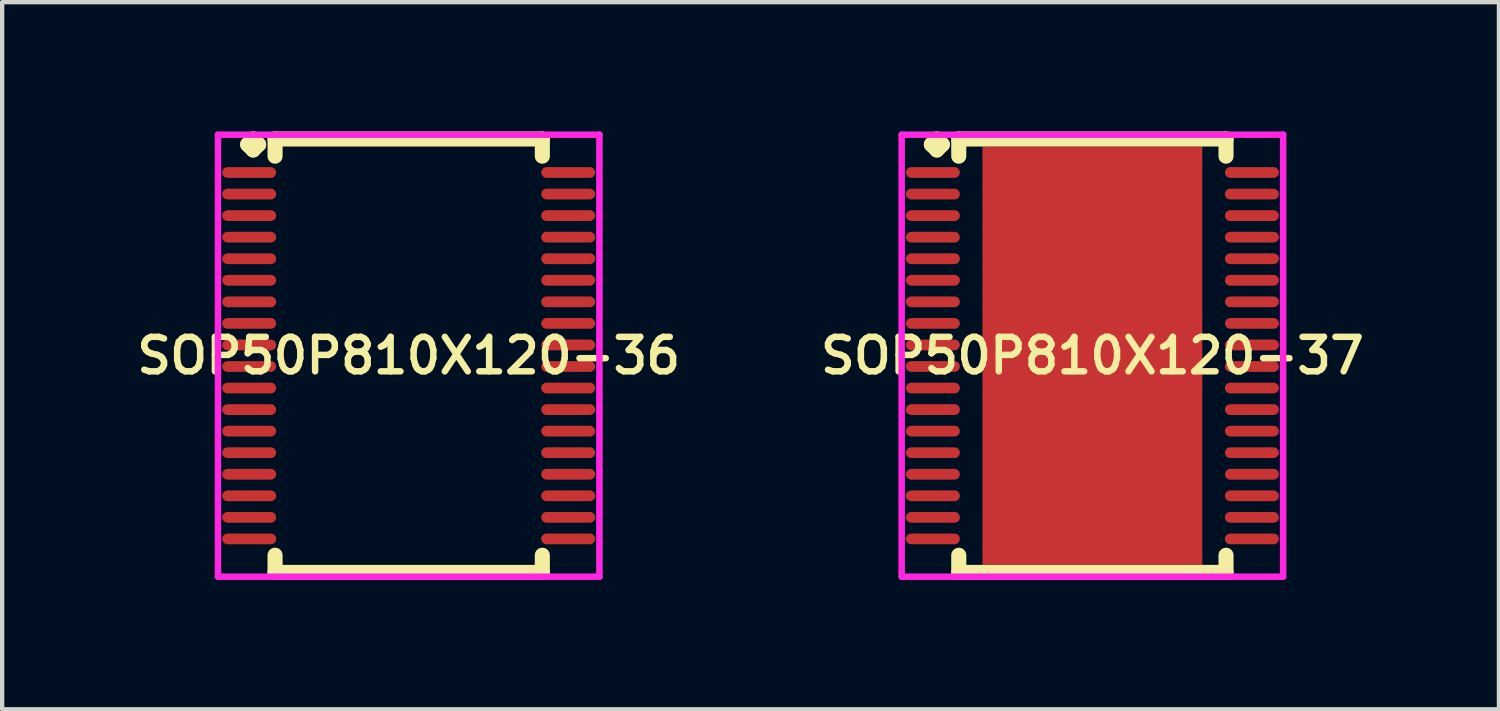
<source format=kicad_pcb>
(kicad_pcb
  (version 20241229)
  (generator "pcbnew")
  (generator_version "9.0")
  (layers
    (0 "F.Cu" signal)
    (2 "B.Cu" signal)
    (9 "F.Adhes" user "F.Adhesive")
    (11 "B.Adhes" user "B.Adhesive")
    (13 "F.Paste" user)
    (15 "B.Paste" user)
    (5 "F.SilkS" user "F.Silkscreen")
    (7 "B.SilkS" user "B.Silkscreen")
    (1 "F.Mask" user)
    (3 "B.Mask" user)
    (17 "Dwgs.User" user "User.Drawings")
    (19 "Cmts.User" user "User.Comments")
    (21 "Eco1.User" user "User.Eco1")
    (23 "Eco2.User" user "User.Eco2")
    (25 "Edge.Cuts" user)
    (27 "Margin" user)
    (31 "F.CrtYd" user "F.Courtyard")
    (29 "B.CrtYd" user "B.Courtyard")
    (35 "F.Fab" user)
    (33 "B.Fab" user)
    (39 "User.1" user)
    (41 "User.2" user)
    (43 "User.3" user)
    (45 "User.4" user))
  (footprint "SOP50P810X120-36"
    (layer "F.Cu")
    (at 6.431 5.202)
    (property "Reference" "SOP50P810X120-36" (at 0 0 0) (layer "F.SilkS") (effects (font (size 0.8 0.8) (thickness 0.15))))
    (attr smd)
    (fp_line (start -3.735 -4.9) (end -3.608 -5.027) (stroke (width 0.35) (type solid)) (layer "F.SilkS"))
    (fp_line (start -3.608 -5.027) (end -3.481 -4.9) (stroke (width 0.35) (type solid)) (layer "F.SilkS"))
    (fp_line (start -3.608 -4.773) (end -3.735 -4.9) (stroke (width 0.35) (type solid)) (layer "F.SilkS"))
    (fp_line (start -3.481 -4.9) (end -3.608 -4.773) (stroke (width 0.35) (type solid)) (layer "F.SilkS"))
    (fp_line (start -3.1 -5.027) (end 3.1 -5.027) (stroke (width 0.35) (type solid)) (layer "F.SilkS"))
    (fp_line (start -3.1 -4.629) (end -3.1 -5.027) (stroke (width 0.35) (type solid)) (layer "F.SilkS"))
    (fp_line (start -3.1 4.629) (end -3.1 5.027) (stroke (width 0.35) (type solid)) (layer "F.SilkS"))
    (fp_line (start -3.1 5.027) (end 3.1 5.027) (stroke (width 0.35) (type solid)) (layer "F.SilkS"))
    (fp_line (start 3.1 -5.027) (end 3.1 -4.629) (stroke (width 0.35) (type solid)) (layer "F.SilkS"))
    (fp_line (start 3.1 5.027) (end 3.1 4.629) (stroke (width 0.35) (type solid)) (layer "F.SilkS"))
    (fp_line (start -4.425 -5.127) (end 4.425 -5.127) (stroke (width 0.15) (type solid)) (layer "F.CrtYd"))
    (fp_line (start -4.425 5.127) (end -4.425 -5.127) (stroke (width 0.15) (type solid)) (layer "F.CrtYd"))
    (fp_line (start 4.425 -5.127) (end 4.425 5.127) (stroke (width 0.15) (type solid)) (layer "F.CrtYd"))
    (fp_line (start 4.425 5.127) (end -4.425 5.127) (stroke (width 0.15) (type solid)) (layer "F.CrtYd"))
    (pad "1" smd oval (at -3.7 -4.25) (size 1.25 0.25) (layers "F.Cu" "F.Mask" "F.Paste"))
    (pad "2" smd oval (at -3.7 -3.75) (size 1.25 0.25) (layers "F.Cu" "F.Mask" "F.Paste"))
    (pad "3" smd oval (at -3.7 -3.25) (size 1.25 0.25) (layers "F.Cu" "F.Mask" "F.Paste"))
    (pad "4" smd oval (at -3.7 -2.75) (size 1.25 0.25) (layers "F.Cu" "F.Mask" "F.Paste"))
    (pad "5" smd oval (at -3.7 -2.25) (size 1.25 0.25) (layers "F.Cu" "F.Mask" "F.Paste"))
    (pad "6" smd oval (at -3.7 -1.75) (size 1.25 0.25) (layers "F.Cu" "F.Mask" "F.Paste"))
    (pad "7" smd oval (at -3.7 -1.25) (size 1.25 0.25) (layers "F.Cu" "F.Mask" "F.Paste"))
    (pad "8" smd oval (at -3.7 -0.75) (size 1.25 0.25) (layers "F.Cu" "F.Mask" "F.Paste"))
    (pad "9" smd oval (at -3.7 -0.25) (size 1.25 0.25) (layers "F.Cu" "F.Mask" "F.Paste"))
    (pad "10" smd oval (at -3.7 0.25) (size 1.25 0.25) (layers "F.Cu" "F.Mask" "F.Paste"))
    (pad "11" smd oval (at -3.7 0.75) (size 1.25 0.25) (layers "F.Cu" "F.Mask" "F.Paste"))
    (pad "12" smd oval (at -3.7 1.25) (size 1.25 0.25) (layers "F.Cu" "F.Mask" "F.Paste"))
    (pad "13" smd oval (at -3.7 1.75) (size 1.25 0.25) (layers "F.Cu" "F.Mask" "F.Paste"))
    (pad "14" smd oval (at -3.7 2.25) (size 1.25 0.25) (layers "F.Cu" "F.Mask" "F.Paste"))
    (pad "15" smd oval (at -3.7 2.75) (size 1.25 0.25) (layers "F.Cu" "F.Mask" "F.Paste"))
    (pad "16" smd oval (at -3.7 3.25) (size 1.25 0.25) (layers "F.Cu" "F.Mask" "F.Paste"))
    (pad "17" smd oval (at -3.7 3.75) (size 1.25 0.25) (layers "F.Cu" "F.Mask" "F.Paste"))
    (pad "18" smd oval (at -3.7 4.25) (size 1.25 0.25) (layers "F.Cu" "F.Mask" "F.Paste"))
    (pad "19" smd oval (at 3.7 4.25) (size 1.25 0.25) (layers "F.Cu" "F.Mask" "F.Paste"))
    (pad "20" smd oval (at 3.7 3.75) (size 1.25 0.25) (layers "F.Cu" "F.Mask" "F.Paste"))
    (pad "21" smd oval (at 3.7 3.25) (size 1.25 0.25) (layers "F.Cu" "F.Mask" "F.Paste"))
    (pad "22" smd oval (at 3.7 2.75) (size 1.25 0.25) (layers "F.Cu" "F.Mask" "F.Paste"))
    (pad "23" smd oval (at 3.7 2.25) (size 1.25 0.25) (layers "F.Cu" "F.Mask" "F.Paste"))
    (pad "24" smd oval (at 3.7 1.75) (size 1.25 0.25) (layers "F.Cu" "F.Mask" "F.Paste"))
    (pad "25" smd oval (at 3.7 1.25) (size 1.25 0.25) (layers "F.Cu" "F.Mask" "F.Paste"))
    (pad "26" smd oval (at 3.7 0.75) (size 1.25 0.25) (layers "F.Cu" "F.Mask" "F.Paste"))
    (pad "27" smd oval (at 3.7 0.25) (size 1.25 0.25) (layers "F.Cu" "F.Mask" "F.Paste"))
    (pad "28" smd oval (at 3.7 -0.25) (size 1.25 0.25) (layers "F.Cu" "F.Mask" "F.Paste"))
    (pad "29" smd oval (at 3.7 -0.75) (size 1.25 0.25) (layers "F.Cu" "F.Mask" "F.Paste"))
    (pad "30" smd oval (at 3.7 -1.25) (size 1.25 0.25) (layers "F.Cu" "F.Mask" "F.Paste"))
    (pad "31" smd oval (at 3.7 -1.75) (size 1.25 0.25) (layers "F.Cu" "F.Mask" "F.Paste"))
    (pad "32" smd oval (at 3.7 -2.25) (size 1.25 0.25) (layers "F.Cu" "F.Mask" "F.Paste"))
    (pad "33" smd oval (at 3.7 -2.75) (size 1.25 0.25) (layers "F.Cu" "F.Mask" "F.Paste"))
    (pad "34" smd oval (at 3.7 -3.25) (size 1.25 0.25) (layers "F.Cu" "F.Mask" "F.Paste"))
    (pad "35" smd oval (at 3.7 -3.75) (size 1.25 0.25) (layers "F.Cu" "F.Mask" "F.Paste"))
    (pad "36" smd oval (at 3.7 -4.25) (size 1.25 0.25) (layers "F.Cu" "F.Mask" "F.Paste")))
  (footprint "SOP50P810X120-37"
    (layer "F.Cu")
    (at 22.292 5.202)
    (property "Reference" "SOP50P810X120-37" (at 0 0 0) (layer "F.SilkS") (effects (font (size 0.8 0.8) (thickness 0.15))))
    (attr through_hole)
    (fp_line (start -3.735 -4.9) (end -3.608 -5.027) (stroke (width 0.35) (type solid)) (layer "F.SilkS"))
    (fp_line (start -3.608 -5.027) (end -3.481 -4.9) (stroke (width 0.35) (type solid)) (layer "F.SilkS"))
    (fp_line (start -3.608 -4.773) (end -3.735 -4.9) (stroke (width 0.35) (type solid)) (layer "F.SilkS"))
    (fp_line (start -3.481 -4.9) (end -3.608 -4.773) (stroke (width 0.35) (type solid)) (layer "F.SilkS"))
    (fp_line (start -3.1 -5.027) (end 3.1 -5.027) (stroke (width 0.35) (type solid)) (layer "F.SilkS"))
    (fp_line (start -3.1 -4.629) (end -3.1 -5.027) (stroke (width 0.35) (type solid)) (layer "F.SilkS"))
    (fp_line (start -3.1 4.629) (end -3.1 5.027) (stroke (width 0.35) (type solid)) (layer "F.SilkS"))
    (fp_line (start -3.1 5.027) (end 3.1 5.027) (stroke (width 0.35) (type solid)) (layer "F.SilkS"))
    (fp_line (start 3.1 -5.027) (end 3.1 -4.629) (stroke (width 0.35) (type solid)) (layer "F.SilkS"))
    (fp_line (start 3.1 5.027) (end 3.1 4.629) (stroke (width 0.35) (type solid)) (layer "F.SilkS"))
    (fp_line (start -4.425 -5.127) (end 4.425 -5.127) (stroke (width 0.15) (type solid)) (layer "F.CrtYd"))
    (fp_line (start -4.425 5.127) (end -4.425 -5.127) (stroke (width 0.15) (type solid)) (layer "F.CrtYd"))
    (fp_line (start 4.425 -5.127) (end 4.425 5.127) (stroke (width 0.15) (type solid)) (layer "F.CrtYd"))
    (fp_line (start 4.425 5.127) (end -4.425 5.127) (stroke (width 0.15) (type solid)) (layer "F.CrtYd"))
    (pad "1" smd oval (at -3.7 -4.25) (size 1.25 0.25) (layers "F.Cu" "F.Mask" "F.Paste"))
    (pad "2" smd oval (at -3.7 -3.75) (size 1.25 0.25) (layers "F.Cu" "F.Mask" "F.Paste"))
    (pad "3" smd oval (at -3.7 -3.25) (size 1.25 0.25) (layers "F.Cu" "F.Mask" "F.Paste"))
    (pad "4" smd oval (at -3.7 -2.75) (size 1.25 0.25) (layers "F.Cu" "F.Mask" "F.Paste"))
    (pad "5" smd oval (at -3.7 -2.25) (size 1.25 0.25) (layers "F.Cu" "F.Mask" "F.Paste"))
    (pad "6" smd oval (at -3.7 -1.75) (size 1.25 0.25) (layers "F.Cu" "F.Mask" "F.Paste"))
    (pad "7" smd oval (at -3.7 -1.25) (size 1.25 0.25) (layers "F.Cu" "F.Mask" "F.Paste"))
    (pad "8" smd oval (at -3.7 -0.75) (size 1.25 0.25) (layers "F.Cu" "F.Mask" "F.Paste"))
    (pad "9" smd oval (at -3.7 -0.25) (size 1.25 0.25) (layers "F.Cu" "F.Mask" "F.Paste"))
    (pad "10" smd oval (at -3.7 0.25) (size 1.25 0.25) (layers "F.Cu" "F.Mask" "F.Paste"))
    (pad "11" smd oval (at -3.7 0.75) (size 1.25 0.25) (layers "F.Cu" "F.Mask" "F.Paste"))
    (pad "12" smd oval (at -3.7 1.25) (size 1.25 0.25) (layers "F.Cu" "F.Mask" "F.Paste"))
    (pad "13" smd oval (at -3.7 1.75) (size 1.25 0.25) (layers "F.Cu" "F.Mask" "F.Paste"))
    (pad "14" smd oval (at -3.7 2.25) (size 1.25 0.25) (layers "F.Cu" "F.Mask" "F.Paste"))
    (pad "15" smd oval (at -3.7 2.75) (size 1.25 0.25) (layers "F.Cu" "F.Mask" "F.Paste"))
    (pad "16" smd oval (at -3.7 3.25) (size 1.25 0.25) (layers "F.Cu" "F.Mask" "F.Paste"))
    (pad "17" smd oval (at -3.7 3.75) (size 1.25 0.25) (layers "F.Cu" "F.Mask" "F.Paste"))
    (pad "18" smd oval (at -3.7 4.25) (size 1.25 0.25) (layers "F.Cu" "F.Mask" "F.Paste"))
    (pad "19" smd oval (at 3.7 4.25) (size 1.25 0.25) (layers "F.Cu" "F.Mask" "F.Paste"))
    (pad "20" smd oval (at 3.7 3.75) (size 1.25 0.25) (layers "F.Cu" "F.Mask" "F.Paste"))
    (pad "21" smd oval (at 3.7 3.25) (size 1.25 0.25) (layers "F.Cu" "F.Mask" "F.Paste"))
    (pad "22" smd oval (at 3.7 2.75) (size 1.25 0.25) (layers "F.Cu" "F.Mask" "F.Paste"))
    (pad "23" smd oval (at 3.7 2.25) (size 1.25 0.25) (layers "F.Cu" "F.Mask" "F.Paste"))
    (pad "24" smd oval (at 3.7 1.75) (size 1.25 0.25) (layers "F.Cu" "F.Mask" "F.Paste"))
    (pad "25" smd oval (at 3.7 1.25) (size 1.25 0.25) (layers "F.Cu" "F.Mask" "F.Paste"))
    (pad "26" smd oval (at 3.7 0.75) (size 1.25 0.25) (layers "F.Cu" "F.Mask" "F.Paste"))
    (pad "27" smd oval (at 3.7 0.25) (size 1.25 0.25) (layers "F.Cu" "F.Mask" "F.Paste"))
    (pad "28" smd oval (at 3.7 -0.25) (size 1.25 0.25) (layers "F.Cu" "F.Mask" "F.Paste"))
    (pad "29" smd oval (at 3.7 -0.75) (size 1.25 0.25) (layers "F.Cu" "F.Mask" "F.Paste"))
    (pad "30" smd oval (at 3.7 -1.25) (size 1.25 0.25) (layers "F.Cu" "F.Mask" "F.Paste"))
    (pad "31" smd oval (at 3.7 -1.75) (size 1.25 0.25) (layers "F.Cu" "F.Mask" "F.Paste"))
    (pad "32" smd oval (at 3.7 -2.25) (size 1.25 0.25) (layers "F.Cu" "F.Mask" "F.Paste"))
    (pad "33" smd oval (at 3.7 -2.75) (size 1.25 0.25) (layers "F.Cu" "F.Mask" "F.Paste"))
    (pad "34" smd oval (at 3.7 -3.25) (size 1.25 0.25) (layers "F.Cu" "F.Mask" "F.Paste"))
    (pad "35" smd oval (at 3.7 -3.75) (size 1.25 0.25) (layers "F.Cu" "F.Mask" "F.Paste"))
    (pad "36" smd oval (at 3.7 -4.25) (size 1.25 0.25) (layers "F.Cu" "F.Mask" "F.Paste"))
    (pad "37" smd rect (at 0 0) (size 5.1 9.7) (layers "F.Cu" "F.Mask" "F.Paste")))
  (gr_rect
    (start -3 -3)
    (end 31.723 13.404)
    (stroke (width 0.1) (type default))
    (fill no)
    (layer "Edge.Cuts")))
</source>
